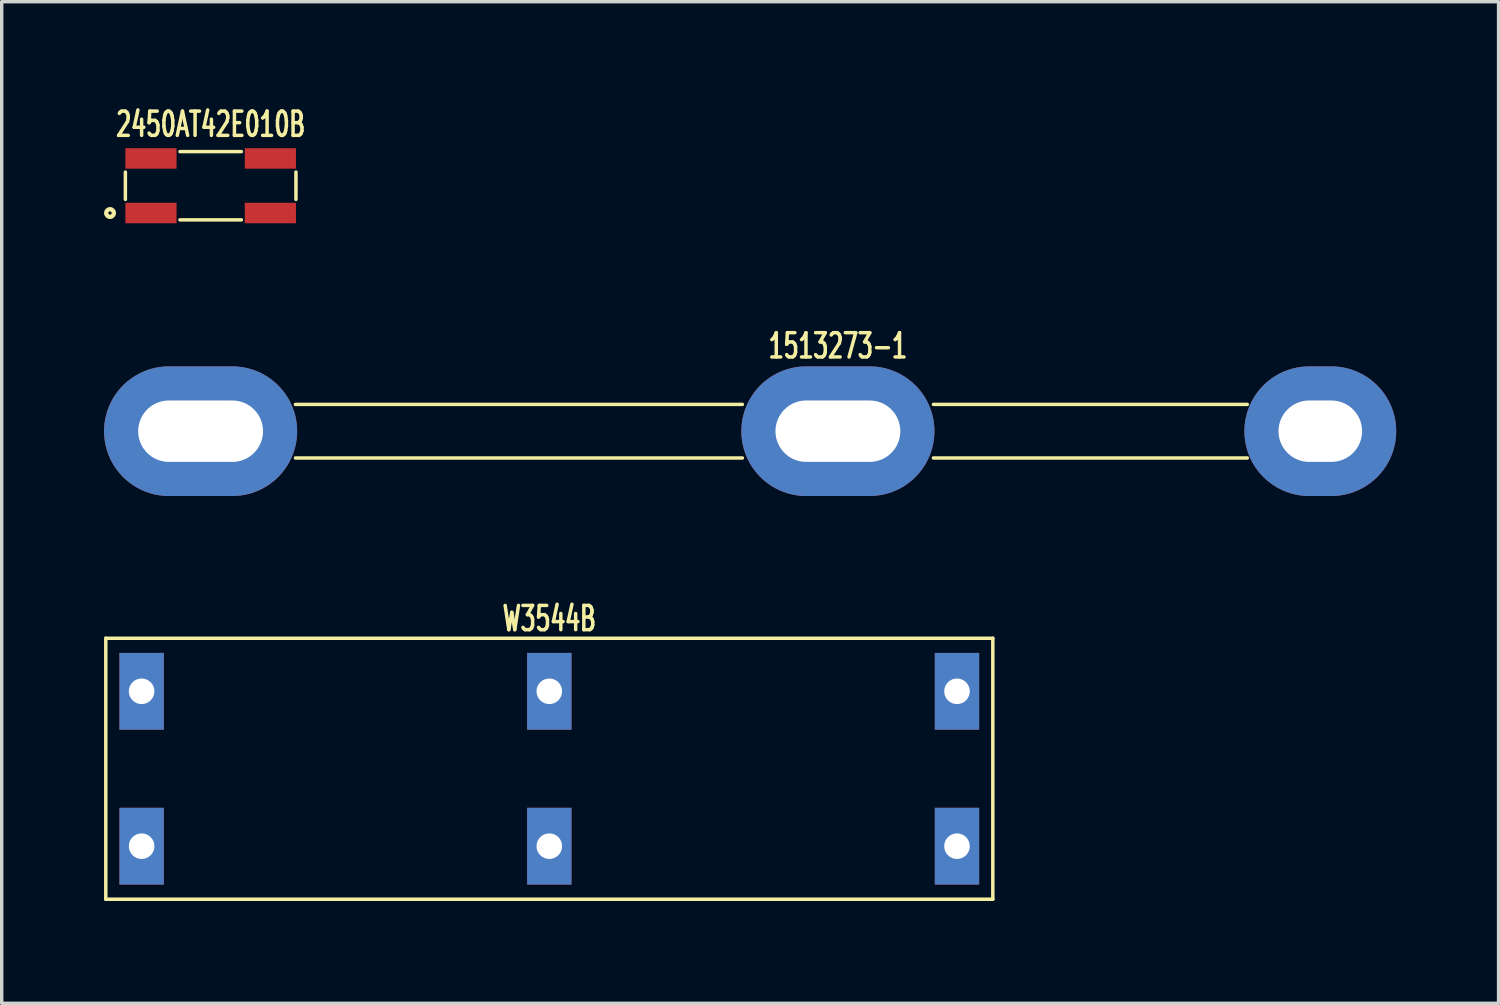
<source format=kicad_pcb>
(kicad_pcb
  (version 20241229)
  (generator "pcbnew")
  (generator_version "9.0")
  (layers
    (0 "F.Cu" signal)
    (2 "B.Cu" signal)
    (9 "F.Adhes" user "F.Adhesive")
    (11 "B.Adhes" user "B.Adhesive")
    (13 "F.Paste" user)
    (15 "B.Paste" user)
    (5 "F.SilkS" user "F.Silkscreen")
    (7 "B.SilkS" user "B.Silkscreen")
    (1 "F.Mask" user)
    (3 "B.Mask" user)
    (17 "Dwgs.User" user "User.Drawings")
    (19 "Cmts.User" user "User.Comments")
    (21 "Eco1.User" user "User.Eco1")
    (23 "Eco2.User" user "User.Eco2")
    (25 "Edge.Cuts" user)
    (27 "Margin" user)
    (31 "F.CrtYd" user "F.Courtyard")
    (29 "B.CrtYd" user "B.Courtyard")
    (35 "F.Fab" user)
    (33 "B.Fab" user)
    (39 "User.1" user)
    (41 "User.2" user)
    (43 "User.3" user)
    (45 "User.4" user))
  (footprint "1513273-1"
    (layer "F.Cu")
    (at 21.51 9.589)
    (property "Reference" "1513273-1" (at 0 -2.5 0) (layer "F.SilkS") (effects (font (size 0.711 0.457) (thickness 0.102))))
    (attr through_hole)
    (fp_line (start -15.9 0.785) (end -2.8 0.785) (stroke (width 0.102) (type solid)) (layer "F.SilkS"))
    (fp_line (start -2.8 -0.785) (end -15.9 -0.785) (stroke (width 0.102) (type solid)) (layer "F.SilkS"))
    (fp_line (start 2.8 0.785) (end 12 0.785) (stroke (width 0.102) (type solid)) (layer "F.SilkS"))
    (fp_line (start 12 -0.785) (end 2.8 -0.785) (stroke (width 0.102) (type solid)) (layer "F.SilkS"))
    (pad "1" thru_hole oval (at 0 0) (size 5.66 3.8) (drill oval 3.66 1.8) (layers "*.Cu" "*.Mask"))
    (pad "2" thru_hole oval (at -18.68 0) (size 5.66 3.8) (drill oval 3.66 1.8) (layers "*.Cu" "*.Mask"))
    (pad "3" thru_hole oval (at 14.14 0) (size 4.45 3.8) (drill oval 2.45 1.8) (layers "*.Cu" "*.Mask")))
  (footprint "2450AT42E010B"
    (layer "F.Cu")
    (at 3.125 2.394)
    (property "Reference" "2450AT42E010B" (at 0 -1.8 0) (layer "F.SilkS") (effects (font (size 0.711 0.457) (thickness 0.102))))
    (attr through_hole)
    (fp_line (start -2.5 -0.4) (end -2.5 0.4) (stroke (width 0.102) (type solid)) (layer "F.SilkS"))
    (fp_line (start -0.9 -1) (end 0.9 -1) (stroke (width 0.102) (type solid)) (layer "F.SilkS"))
    (fp_line (start -0.9 1) (end 0.9 1) (stroke (width 0.102) (type solid)) (layer "F.SilkS"))
    (fp_line (start 2.5 -0.4) (end 2.5 0.4) (stroke (width 0.102) (type solid)) (layer "F.SilkS"))
    (fp_circle (center -2.95 0.8) (end -2.9 0.9) (stroke (width 0.127) (type solid)) (fill no) (layer "F.SilkS"))
    (pad "1" smd rect (at -1.75 0.8) (size 1.5 0.6) (layers "F.Cu" "F.Mask" "F.Paste"))
    (pad "2" smd rect (at -1.75 -0.8) (size 1.5 0.6) (layers "F.Cu" "F.Mask" "F.Paste"))
    (pad "2" smd rect (at 1.75 -0.8) (size 1.5 0.6) (layers "F.Cu" "F.Mask" "F.Paste"))
    (pad "3" smd rect (at 1.75 0.8) (size 1.5 0.6) (layers "F.Cu" "F.Mask" "F.Paste")))
  (footprint "W3544B"
    (layer "F.Cu")
    (at 13.051 19.483)
    (property "Reference" "W3544B" (at 0 -4.4 0) (layer "F.SilkS") (effects (font (size 0.711 0.457) (thickness 0.102))))
    (attr through_hole)
    (fp_line (start -13 -3.825) (end 13 -3.825) (stroke (width 0.102) (type solid)) (layer "F.SilkS"))
    (fp_line (start -13 3.825) (end -13 -3.825) (stroke (width 0.102) (type solid)) (layer "F.SilkS"))
    (fp_line (start 13 -3.825) (end 13 3.825) (stroke (width 0.102) (type solid)) (layer "F.SilkS"))
    (fp_line (start 13 3.825) (end -13 3.825) (stroke (width 0.102) (type solid)) (layer "F.SilkS"))
    (pad "1" thru_hole rect (at 11.95 2.27) (size 1.3 2.25) (drill 0.75) (layers "*.Cu" "*.Mask"))
    (pad "2" thru_hole rect (at 11.95 -2.27) (size 1.3 2.25) (drill 0.75) (layers "*.Cu" "*.Mask"))
    (pad "3" thru_hole rect (at -11.95 -2.27) (size 1.3 2.25) (drill 0.75) (layers "*.Cu" "*.Mask"))
    (pad "3" thru_hole rect (at -11.95 2.27) (size 1.3 2.25) (drill 0.75) (layers "*.Cu" "*.Mask"))
    (pad "3" thru_hole rect (at 0 -2.27) (size 1.3 2.25) (drill 0.75) (layers "*.Cu" "*.Mask"))
    (pad "3" thru_hole rect (at 0 2.27) (size 1.3 2.25) (drill 0.75) (layers "*.Cu" "*.Mask")))
  (gr_rect
    (start -3 -3)
    (end 40.875 26.359)
    (stroke (width 0.1) (type default))
    (fill no)
    (layer "Edge.Cuts")))
</source>
